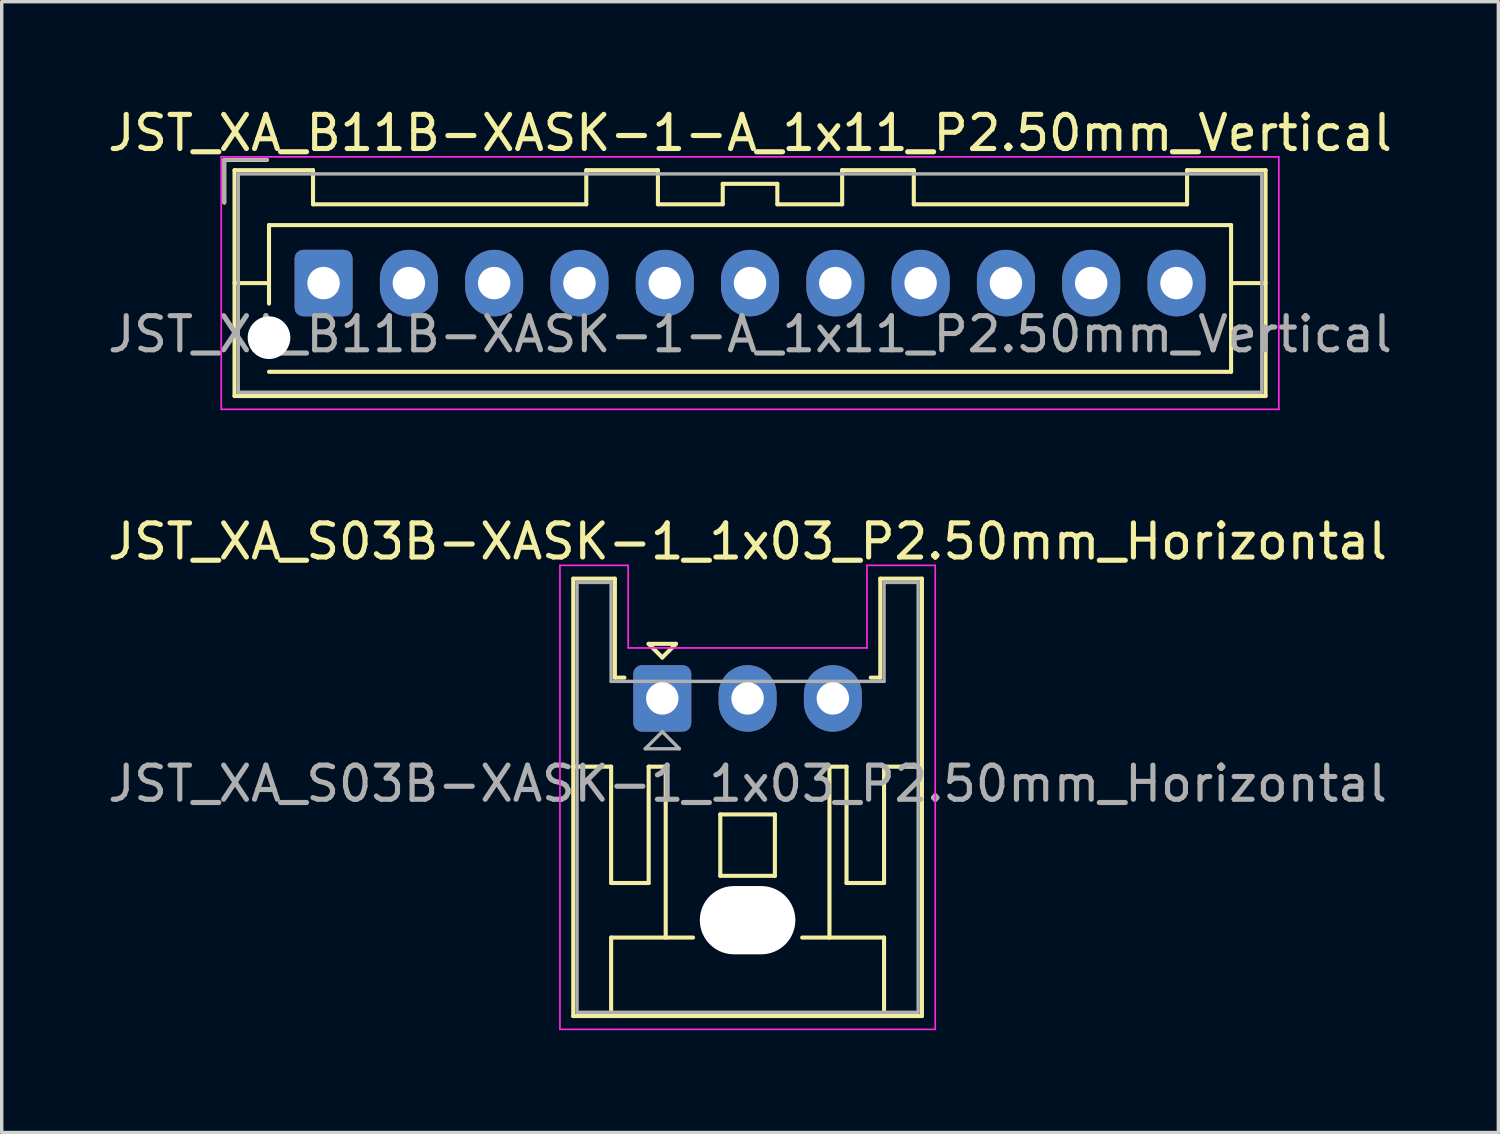
<source format=kicad_pcb>
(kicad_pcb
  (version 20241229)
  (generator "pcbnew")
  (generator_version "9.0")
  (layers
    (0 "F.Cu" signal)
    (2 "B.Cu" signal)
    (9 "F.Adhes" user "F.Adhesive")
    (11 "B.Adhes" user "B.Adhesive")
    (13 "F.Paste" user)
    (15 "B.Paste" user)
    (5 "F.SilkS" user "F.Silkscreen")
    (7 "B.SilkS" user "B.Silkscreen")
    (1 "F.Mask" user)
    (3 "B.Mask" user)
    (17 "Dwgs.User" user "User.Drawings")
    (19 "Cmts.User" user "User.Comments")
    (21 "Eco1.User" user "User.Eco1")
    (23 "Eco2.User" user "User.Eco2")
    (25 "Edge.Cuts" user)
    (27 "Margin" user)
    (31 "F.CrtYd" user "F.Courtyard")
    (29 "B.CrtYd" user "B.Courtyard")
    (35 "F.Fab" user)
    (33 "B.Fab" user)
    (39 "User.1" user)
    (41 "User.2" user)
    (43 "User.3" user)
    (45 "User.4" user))
  (footprint "JST_XA_B11B-XASK-1-A_1x11_P2.50mm_Vertical"
    (layer "F.Cu")
    (at 6.435 5.248)
    (property "Reference" "JST_XA_B11B-XASK-1-A_1x11_P2.50mm_Vertical" (at 12.5 -4.4 0) (layer "F.SilkS") (effects (font (size 1 1) (thickness 0.15))))
    (attr through_hole)
    (fp_line (start -2.91 -3.61) (end -2.91 -2.36) (stroke (width 0.12) (type solid)) (layer "F.SilkS"))
    (fp_line (start -2.61 -3.31) (end -2.61 3.31) (stroke (width 0.12) (type solid)) (layer "F.SilkS"))
    (fp_line (start -2.61 0) (end -1.6 0) (stroke (width 0.12) (type solid)) (layer "F.SilkS"))
    (fp_line (start -2.61 3.31) (end 27.61 3.31) (stroke (width 0.12) (type solid)) (layer "F.SilkS"))
    (fp_line (start -1.66 -3.61) (end -2.91 -3.61) (stroke (width 0.12) (type solid)) (layer "F.SilkS"))
    (fp_line (start -1.6 -1.7) (end 26.6 -1.7) (stroke (width 0.12) (type solid)) (layer "F.SilkS"))
    (fp_line (start -1.6 0.6) (end -1.6 -1.7) (stroke (width 0.12) (type solid)) (layer "F.SilkS"))
    (fp_line (start -0.31 -3.31) (end -2.61 -3.31) (stroke (width 0.12) (type solid)) (layer "F.SilkS"))
    (fp_line (start -0.31 -2.31) (end -0.31 -3.31) (stroke (width 0.12) (type solid)) (layer "F.SilkS"))
    (fp_line (start 7.7 -3.31) (end 7.7 -2.31) (stroke (width 0.12) (type solid)) (layer "F.SilkS"))
    (fp_line (start 7.7 -2.31) (end -0.31 -2.31) (stroke (width 0.12) (type solid)) (layer "F.SilkS"))
    (fp_line (start 9.8 -3.31) (end 7.7 -3.31) (stroke (width 0.12) (type solid)) (layer "F.SilkS"))
    (fp_line (start 9.8 -2.31) (end 9.8 -3.31) (stroke (width 0.12) (type solid)) (layer "F.SilkS"))
    (fp_line (start 11.7 -2.91) (end 11.7 -2.31) (stroke (width 0.12) (type solid)) (layer "F.SilkS"))
    (fp_line (start 11.7 -2.31) (end 9.8 -2.31) (stroke (width 0.12) (type solid)) (layer "F.SilkS"))
    (fp_line (start 13.3 -2.91) (end 11.7 -2.91) (stroke (width 0.12) (type solid)) (layer "F.SilkS"))
    (fp_line (start 13.3 -2.31) (end 13.3 -2.91) (stroke (width 0.12) (type solid)) (layer "F.SilkS"))
    (fp_line (start 15.2 -3.31) (end 15.2 -2.31) (stroke (width 0.12) (type solid)) (layer "F.SilkS"))
    (fp_line (start 15.2 -2.31) (end 13.3 -2.31) (stroke (width 0.12) (type solid)) (layer "F.SilkS"))
    (fp_line (start 17.3 -3.31) (end 15.2 -3.31) (stroke (width 0.12) (type solid)) (layer "F.SilkS"))
    (fp_line (start 17.3 -2.31) (end 17.3 -3.31) (stroke (width 0.12) (type solid)) (layer "F.SilkS"))
    (fp_line (start 25.31 -3.31) (end 25.31 -2.31) (stroke (width 0.12) (type solid)) (layer "F.SilkS"))
    (fp_line (start 25.31 -2.31) (end 17.3 -2.31) (stroke (width 0.12) (type solid)) (layer "F.SilkS"))
    (fp_line (start 26.6 -1.7) (end 26.6 2.6) (stroke (width 0.12) (type solid)) (layer "F.SilkS"))
    (fp_line (start 26.6 2.6) (end -1.6 2.6) (stroke (width 0.12) (type solid)) (layer "F.SilkS"))
    (fp_line (start 27.61 -3.31) (end 25.31 -3.31) (stroke (width 0.12) (type solid)) (layer "F.SilkS"))
    (fp_line (start 27.61 0) (end 26.6 0) (stroke (width 0.12) (type solid)) (layer "F.SilkS"))
    (fp_line (start 27.61 3.31) (end 27.61 -3.31) (stroke (width 0.12) (type solid)) (layer "F.SilkS"))
    (fp_line (start -3 -3.7) (end -3 3.7) (stroke (width 0.05) (type solid)) (layer "F.CrtYd"))
    (fp_line (start -3 3.7) (end 28 3.7) (stroke (width 0.05) (type solid)) (layer "F.CrtYd"))
    (fp_line (start 28 -3.7) (end -3 -3.7) (stroke (width 0.05) (type solid)) (layer "F.CrtYd"))
    (fp_line (start 28 3.7) (end 28 -3.7) (stroke (width 0.05) (type solid)) (layer "F.CrtYd"))
    (fp_line (start -2.91 -3.61) (end -2.91 -2.36) (stroke (width 0.1) (type solid)) (layer "F.Fab"))
    (fp_line (start -2.5 -3.2) (end -2.5 3.2) (stroke (width 0.1) (type solid)) (layer "F.Fab"))
    (fp_line (start -2.5 3.2) (end 27.5 3.2) (stroke (width 0.1) (type solid)) (layer "F.Fab"))
    (fp_line (start -1.66 -3.61) (end -2.91 -3.61) (stroke (width 0.1) (type solid)) (layer "F.Fab"))
    (fp_line (start 27.5 -3.2) (end -2.5 -3.2) (stroke (width 0.1) (type solid)) (layer "F.Fab"))
    (fp_line (start 27.5 3.2) (end 27.5 -3.2) (stroke (width 0.1) (type solid)) (layer "F.Fab"))
    (fp_text user "${REFERENCE}" (at 12.5 1.5 0) (layer "F.Fab") (effects (font (size 1 1) (thickness 0.15))))
    (pad "" np_thru_hole circle (at -1.6 1.6) (size 1.25 1.25) (drill 1.25) (layers "*.Cu" "*.Mask"))
    (pad "1" thru_hole roundrect (at 0 0) (size 1.7 1.95) (drill 0.95) (layers "*.Cu" "*.Mask") (roundrect_rratio 0.147))
    (pad "2" thru_hole oval (at 2.5 0) (size 1.7 1.95) (drill 0.95) (layers "*.Cu" "*.Mask"))
    (pad "3" thru_hole oval (at 5 0) (size 1.7 1.95) (drill 0.95) (layers "*.Cu" "*.Mask"))
    (pad "4" thru_hole oval (at 7.5 0) (size 1.7 1.95) (drill 0.95) (layers "*.Cu" "*.Mask"))
    (pad "5" thru_hole oval (at 10 0) (size 1.7 1.95) (drill 0.95) (layers "*.Cu" "*.Mask"))
    (pad "6" thru_hole oval (at 12.5 0) (size 1.7 1.95) (drill 0.95) (layers "*.Cu" "*.Mask"))
    (pad "7" thru_hole oval (at 15 0) (size 1.7 1.95) (drill 0.95) (layers "*.Cu" "*.Mask"))
    (pad "8" thru_hole oval (at 17.5 0) (size 1.7 1.95) (drill 0.95) (layers "*.Cu" "*.Mask"))
    (pad "9" thru_hole oval (at 20 0) (size 1.7 1.95) (drill 0.95) (layers "*.Cu" "*.Mask"))
    (pad "10" thru_hole oval (at 22.5 0) (size 1.7 1.95) (drill 0.95) (layers "*.Cu" "*.Mask"))
    (pad "11" thru_hole oval (at 25 0) (size 1.7 1.95) (drill 0.95) (layers "*.Cu" "*.Mask")))
  (footprint "JST_XA_S03B-XASK-1_1x03_P2.50mm_Horizontal"
    (layer "F.Cu")
    (at 16.363 17.422)
    (property "Reference" "JST_XA_S03B-XASK-1_1x03_P2.50mm_Horizontal" (at 2.5 -4.6 0) (layer "F.SilkS") (effects (font (size 1 1) (thickness 0.15))))
    (attr through_hole)
    (fp_line (start -2.61 -3.51) (end -2.61 9.31) (stroke (width 0.12) (type solid)) (layer "F.SilkS"))
    (fp_line (start -2.61 9.31) (end 7.61 9.31) (stroke (width 0.12) (type solid)) (layer "F.SilkS"))
    (fp_line (start -1.5 2) (end -2.61 2) (stroke (width 0.12) (type solid)) (layer "F.SilkS"))
    (fp_line (start -1.5 5.41) (end -1.5 2) (stroke (width 0.12) (type solid)) (layer "F.SilkS"))
    (fp_line (start -1.5 7.01) (end 0.9 7.01) (stroke (width 0.12) (type solid)) (layer "F.SilkS"))
    (fp_line (start -1.5 9.31) (end -1.5 7.01) (stroke (width 0.12) (type solid)) (layer "F.SilkS"))
    (fp_line (start -1.39 -3.51) (end -2.61 -3.51) (stroke (width 0.12) (type solid)) (layer "F.SilkS"))
    (fp_line (start -1.39 -0.61) (end -1.39 -3.51) (stroke (width 0.12) (type solid)) (layer "F.SilkS"))
    (fp_line (start -1.11 -0.61) (end -1.39 -0.61) (stroke (width 0.12) (type solid)) (layer "F.SilkS"))
    (fp_line (start -0.4 -1.6) (end 0.4 -1.6) (stroke (width 0.12) (type solid)) (layer "F.SilkS"))
    (fp_line (start -0.4 2) (end -0.4 5.41) (stroke (width 0.12) (type solid)) (layer "F.SilkS"))
    (fp_line (start -0.4 5.41) (end -1.5 5.41) (stroke (width 0.12) (type solid)) (layer "F.SilkS"))
    (fp_line (start 0 -1.2) (end -0.4 -1.6) (stroke (width 0.12) (type solid)) (layer "F.SilkS"))
    (fp_line (start 0.1 2) (end -0.4 2) (stroke (width 0.12) (type solid)) (layer "F.SilkS"))
    (fp_line (start 0.1 7.01) (end 0.1 2) (stroke (width 0.12) (type solid)) (layer "F.SilkS"))
    (fp_line (start 0.4 -1.6) (end 0 -1.2) (stroke (width 0.12) (type solid)) (layer "F.SilkS"))
    (fp_line (start 1.7 3.4) (end 3.3 3.4) (stroke (width 0.12) (type solid)) (layer "F.SilkS"))
    (fp_line (start 1.7 5.2) (end 1.7 3.4) (stroke (width 0.12) (type solid)) (layer "F.SilkS"))
    (fp_line (start 3.3 3.4) (end 3.3 5.2) (stroke (width 0.12) (type solid)) (layer "F.SilkS"))
    (fp_line (start 3.3 5.2) (end 1.7 5.2) (stroke (width 0.12) (type solid)) (layer "F.SilkS"))
    (fp_line (start 4.1 7.01) (end 6.5 7.01) (stroke (width 0.12) (type solid)) (layer "F.SilkS"))
    (fp_line (start 4.9 2) (end 5.4 2) (stroke (width 0.12) (type solid)) (layer "F.SilkS"))
    (fp_line (start 4.9 7.01) (end 4.9 2) (stroke (width 0.12) (type solid)) (layer "F.SilkS"))
    (fp_line (start 5.4 2) (end 5.4 5.41) (stroke (width 0.12) (type solid)) (layer "F.SilkS"))
    (fp_line (start 5.4 5.41) (end 6.5 5.41) (stroke (width 0.12) (type solid)) (layer "F.SilkS"))
    (fp_line (start 6.39 -3.51) (end 6.39 -0.61) (stroke (width 0.12) (type solid)) (layer "F.SilkS"))
    (fp_line (start 6.39 -0.61) (end 6.11 -0.61) (stroke (width 0.12) (type solid)) (layer "F.SilkS"))
    (fp_line (start 6.5 2) (end 7.61 2) (stroke (width 0.12) (type solid)) (layer "F.SilkS"))
    (fp_line (start 6.5 5.41) (end 6.5 2) (stroke (width 0.12) (type solid)) (layer "F.SilkS"))
    (fp_line (start 6.5 7.01) (end 6.5 9.31) (stroke (width 0.12) (type solid)) (layer "F.SilkS"))
    (fp_line (start 7.61 -3.51) (end 6.39 -3.51) (stroke (width 0.12) (type solid)) (layer "F.SilkS"))
    (fp_line (start 7.61 9.31) (end 7.61 -3.51) (stroke (width 0.12) (type solid)) (layer "F.SilkS"))
    (fp_line (start -3 -3.9) (end -3 9.7) (stroke (width 0.05) (type solid)) (layer "F.CrtYd"))
    (fp_line (start -3 9.7) (end 8 9.7) (stroke (width 0.05) (type solid)) (layer "F.CrtYd"))
    (fp_line (start -1 -3.9) (end -3 -3.9) (stroke (width 0.05) (type solid)) (layer "F.CrtYd"))
    (fp_line (start -1 -1.48) (end -1 -3.9) (stroke (width 0.05) (type solid)) (layer "F.CrtYd"))
    (fp_line (start 6 -3.9) (end 6 -1.48) (stroke (width 0.05) (type solid)) (layer "F.CrtYd"))
    (fp_line (start 6 -1.48) (end -1 -1.48) (stroke (width 0.05) (type solid)) (layer "F.CrtYd"))
    (fp_line (start 8 -3.9) (end 6 -3.9) (stroke (width 0.05) (type solid)) (layer "F.CrtYd"))
    (fp_line (start 8 9.7) (end 8 -3.9) (stroke (width 0.05) (type solid)) (layer "F.CrtYd"))
    (fp_line (start -2.5 -3.4) (end -2.5 9.2) (stroke (width 0.1) (type solid)) (layer "F.Fab"))
    (fp_line (start -2.5 9.2) (end 7.5 9.2) (stroke (width 0.1) (type solid)) (layer "F.Fab"))
    (fp_line (start -1.5 -3.4) (end -2.5 -3.4) (stroke (width 0.1) (type solid)) (layer "F.Fab"))
    (fp_line (start -1.5 -0.5) (end -1.5 -3.4) (stroke (width 0.1) (type solid)) (layer "F.Fab"))
    (fp_line (start -0.5 1.475) (end 0.5 1.475) (stroke (width 0.1) (type solid)) (layer "F.Fab"))
    (fp_line (start 0 0.975) (end -0.5 1.475) (stroke (width 0.1) (type solid)) (layer "F.Fab"))
    (fp_line (start 0.5 1.475) (end 0 0.975) (stroke (width 0.1) (type solid)) (layer "F.Fab"))
    (fp_line (start 6.5 -3.4) (end 6.5 -0.5) (stroke (width 0.1) (type solid)) (layer "F.Fab"))
    (fp_line (start 6.5 -0.5) (end -1.5 -0.5) (stroke (width 0.1) (type solid)) (layer "F.Fab"))
    (fp_line (start 7.5 -3.4) (end 6.5 -3.4) (stroke (width 0.1) (type solid)) (layer "F.Fab"))
    (fp_line (start 7.5 9.2) (end 7.5 -3.4) (stroke (width 0.1) (type solid)) (layer "F.Fab"))
    (fp_text user "${REFERENCE}" (at 2.5 2.5 0) (layer "F.Fab") (effects (font (size 1 1) (thickness 0.15))))
    (pad "" np_thru_hole oval (at 2.5 6.5) (size 2.8 2) (drill oval 2.8 2) (layers "*.Cu" "*.Mask"))
    (pad "1" thru_hole roundrect (at 0 0) (size 1.7 1.95) (drill 0.95) (layers "*.Cu" "*.Mask") (roundrect_rratio 0.147))
    (pad "2" thru_hole oval (at 2.5 0) (size 1.7 1.95) (drill 0.95) (layers "*.Cu" "*.Mask"))
    (pad "3" thru_hole oval (at 5 0) (size 1.7 1.95) (drill 0.95) (layers "*.Cu" "*.Mask")))
  (gr_rect
    (start -3 -3)
    (end 40.869 30.146)
    (stroke (width 0.1) (type default))
    (fill no)
    (layer "Edge.Cuts")))
</source>
